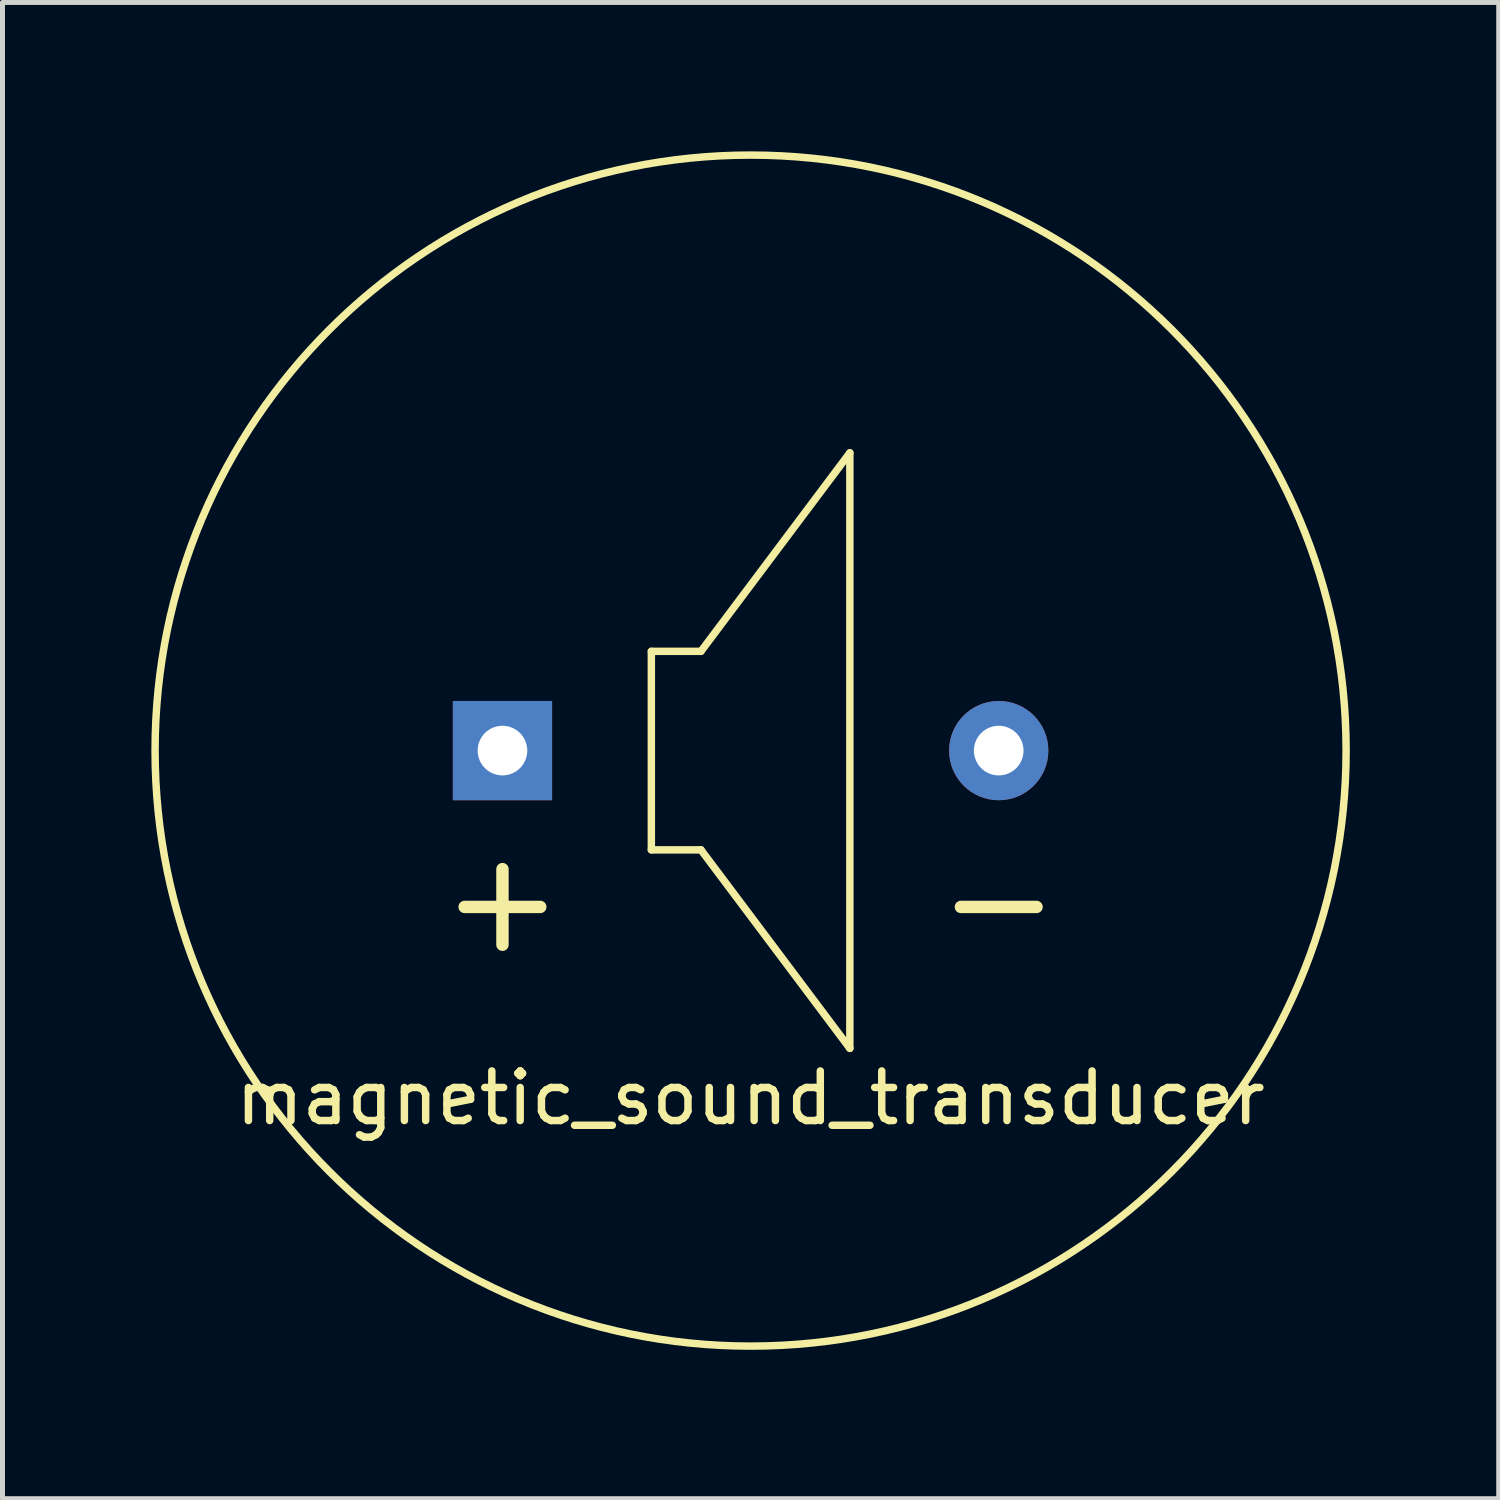
<source format=kicad_pcb>
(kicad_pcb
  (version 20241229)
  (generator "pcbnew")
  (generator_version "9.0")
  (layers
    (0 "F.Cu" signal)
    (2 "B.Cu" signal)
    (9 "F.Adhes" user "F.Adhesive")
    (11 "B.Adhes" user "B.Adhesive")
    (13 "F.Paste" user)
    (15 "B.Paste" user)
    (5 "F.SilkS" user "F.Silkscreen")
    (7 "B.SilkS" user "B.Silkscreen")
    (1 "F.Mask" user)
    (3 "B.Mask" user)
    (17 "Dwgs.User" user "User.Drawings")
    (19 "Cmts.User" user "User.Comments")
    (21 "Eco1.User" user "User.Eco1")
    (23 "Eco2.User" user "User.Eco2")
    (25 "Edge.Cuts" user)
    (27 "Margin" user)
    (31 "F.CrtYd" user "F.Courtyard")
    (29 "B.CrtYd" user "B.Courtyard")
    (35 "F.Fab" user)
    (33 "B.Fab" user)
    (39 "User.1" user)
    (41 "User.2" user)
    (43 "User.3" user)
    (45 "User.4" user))
  (footprint "magnetic_sound_transducer"
    (layer "F.Cu")
    (at 12.075 12.075)
    (property "Reference" "magnetic_sound_transducer" (at 0 7 0) (layer "F.SilkS") (effects (font (size 1 1) (thickness 0.15))))
    (attr through_hole)
    (fp_line (start -2 -2) (end -2 2) (stroke (width 0.15) (type solid)) (layer "F.SilkS"))
    (fp_line (start -2 2) (end -1 2) (stroke (width 0.15) (type solid)) (layer "F.SilkS"))
    (fp_line (start -1 -2) (end -2 -2) (stroke (width 0.15) (type solid)) (layer "F.SilkS"))
    (fp_line (start -1 -2) (end 2 -6) (stroke (width 0.15) (type solid)) (layer "F.SilkS"))
    (fp_line (start 2 6) (end -1 2) (stroke (width 0.15) (type solid)) (layer "F.SilkS"))
    (fp_line (start 2 6) (end 2 -6) (stroke (width 0.15) (type solid)) (layer "F.SilkS"))
    (fp_circle (center 0 0) (end 12 0) (stroke (width 0.15) (type solid)) (fill no) (layer "F.SilkS"))
    (fp_text user "-" (at 5 3 0) (layer "F.SilkS") (effects (font (size 2 2) (thickness 0.25))))
    (fp_text user "+" (at -5 3 0) (layer "F.SilkS") (effects (font (size 2 2) (thickness 0.25))))
    (pad "1" thru_hole rect (at -5 0) (size 2 2) (drill 1) (layers "*.Cu" "*.Mask"))
    (pad "2" thru_hole circle (at 5 0) (size 2 2) (drill 1) (layers "*.Cu" "*.Mask")))
  (gr_rect
    (start -3 -3)
    (end 27.15 27.15)
    (stroke (width 0.1) (type default))
    (fill no)
    (layer "Edge.Cuts")))
</source>
